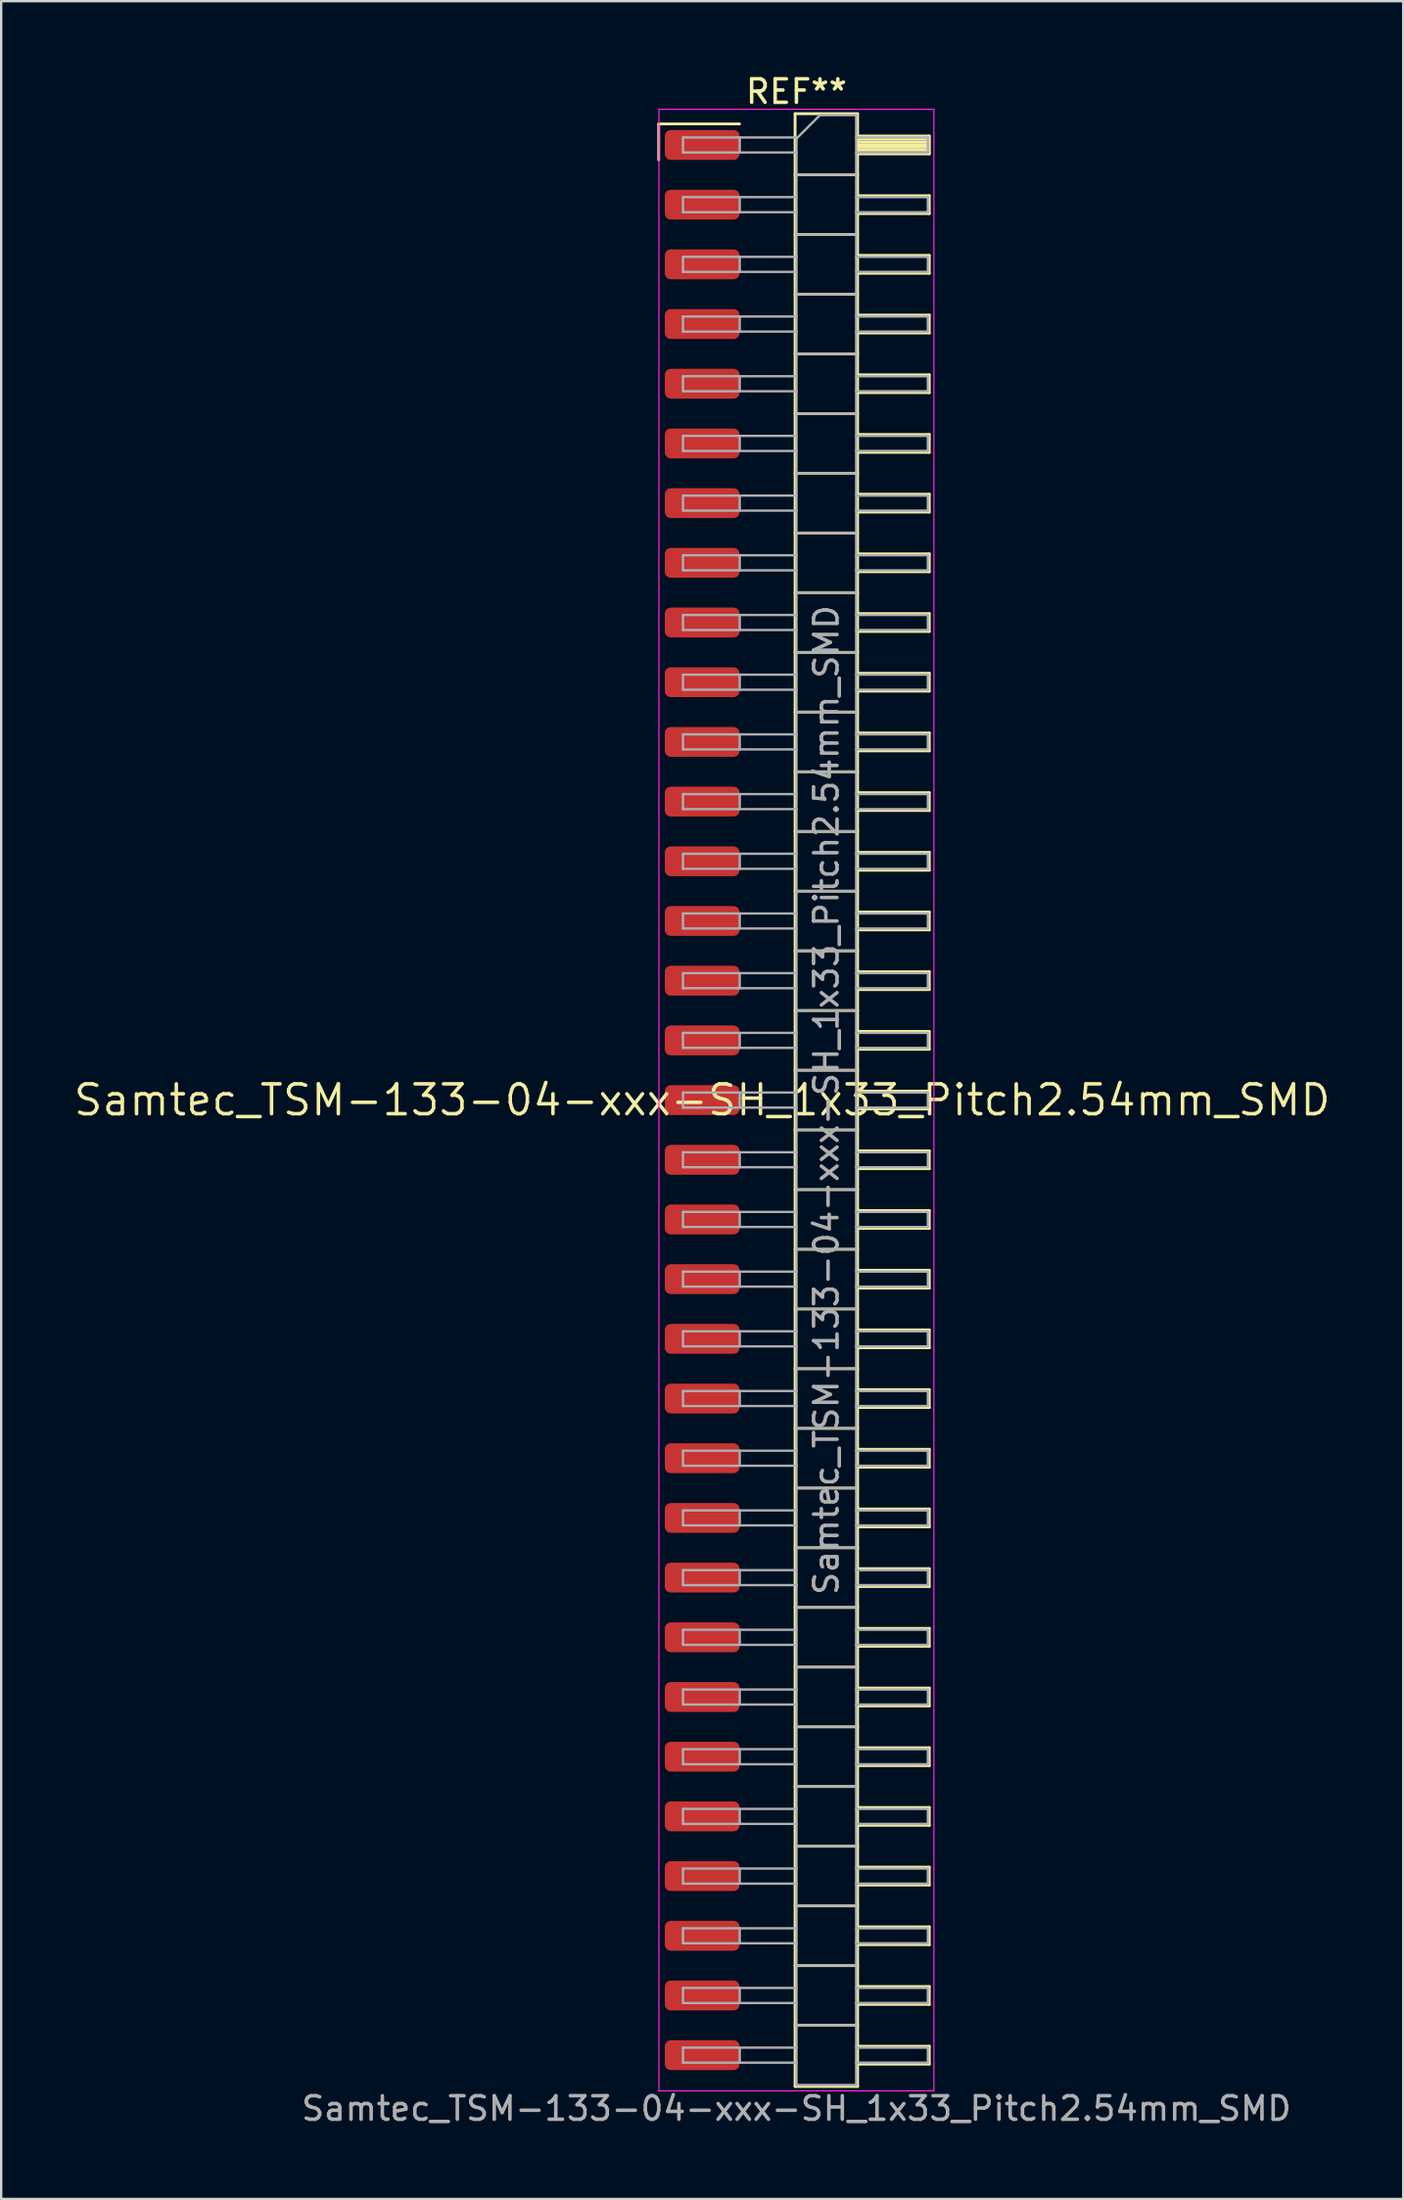
<source format=kicad_pcb>
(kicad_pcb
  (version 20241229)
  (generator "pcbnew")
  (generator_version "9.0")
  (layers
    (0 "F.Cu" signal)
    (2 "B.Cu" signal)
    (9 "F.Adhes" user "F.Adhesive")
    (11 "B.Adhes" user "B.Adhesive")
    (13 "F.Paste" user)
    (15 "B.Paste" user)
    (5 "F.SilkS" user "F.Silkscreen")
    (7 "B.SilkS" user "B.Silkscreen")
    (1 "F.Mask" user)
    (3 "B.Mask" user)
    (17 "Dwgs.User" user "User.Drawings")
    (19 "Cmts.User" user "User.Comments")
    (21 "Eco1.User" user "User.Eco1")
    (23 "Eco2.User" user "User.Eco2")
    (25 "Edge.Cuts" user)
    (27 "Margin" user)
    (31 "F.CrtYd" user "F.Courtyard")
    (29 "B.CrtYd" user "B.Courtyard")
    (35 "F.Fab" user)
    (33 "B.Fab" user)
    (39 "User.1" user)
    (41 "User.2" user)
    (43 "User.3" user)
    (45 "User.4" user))
  (footprint "Samtec_TSM-133-04-xxx-SH_1x33_Pitch2.54mm_SMD"
    (layer "F.Cu")
    (at 26.828 43.758)
    (property "Reference" "Samtec_TSM-133-04-xxx-SH_1x33_Pitch2.54mm_SMD" (at 0 0 0) (layer "F.SilkS") (effects (font (size 1.27 1.27) (thickness 0.15))))
    (attr smd)
    (fp_line (start -1.85 -41.535) (end 1.59 -41.535) (stroke (width 0.12) (type solid)) (layer "F.SilkS"))
    (fp_line (start -1.85 -40.005) (end -1.85 -41.535) (stroke (width 0.12) (type solid)) (layer "F.SilkS"))
    (fp_line (start 3.953 -41.97) (end 6.613 -41.97) (stroke (width 0.12) (type solid)) (layer "F.SilkS"))
    (fp_line (start 3.953 -39.37) (end 6.613 -39.37) (stroke (width 0.12) (type solid)) (layer "F.SilkS"))
    (fp_line (start 3.953 -36.83) (end 6.613 -36.83) (stroke (width 0.12) (type solid)) (layer "F.SilkS"))
    (fp_line (start 3.953 -34.29) (end 6.613 -34.29) (stroke (width 0.12) (type solid)) (layer "F.SilkS"))
    (fp_line (start 3.953 -31.75) (end 6.613 -31.75) (stroke (width 0.12) (type solid)) (layer "F.SilkS"))
    (fp_line (start 3.953 -29.21) (end 6.613 -29.21) (stroke (width 0.12) (type solid)) (layer "F.SilkS"))
    (fp_line (start 3.953 -26.67) (end 6.613 -26.67) (stroke (width 0.12) (type solid)) (layer "F.SilkS"))
    (fp_line (start 3.953 -24.13) (end 6.613 -24.13) (stroke (width 0.12) (type solid)) (layer "F.SilkS"))
    (fp_line (start 3.953 -21.59) (end 6.613 -21.59) (stroke (width 0.12) (type solid)) (layer "F.SilkS"))
    (fp_line (start 3.953 -19.05) (end 6.613 -19.05) (stroke (width 0.12) (type solid)) (layer "F.SilkS"))
    (fp_line (start 3.953 -16.51) (end 6.613 -16.51) (stroke (width 0.12) (type solid)) (layer "F.SilkS"))
    (fp_line (start 3.953 -13.97) (end 6.613 -13.97) (stroke (width 0.12) (type solid)) (layer "F.SilkS"))
    (fp_line (start 3.953 -11.43) (end 6.613 -11.43) (stroke (width 0.12) (type solid)) (layer "F.SilkS"))
    (fp_line (start 3.953 -8.89) (end 6.613 -8.89) (stroke (width 0.12) (type solid)) (layer "F.SilkS"))
    (fp_line (start 3.953 -6.35) (end 6.613 -6.35) (stroke (width 0.12) (type solid)) (layer "F.SilkS"))
    (fp_line (start 3.953 -3.81) (end 6.613 -3.81) (stroke (width 0.12) (type solid)) (layer "F.SilkS"))
    (fp_line (start 3.953 -1.27) (end 6.613 -1.27) (stroke (width 0.12) (type solid)) (layer "F.SilkS"))
    (fp_line (start 3.953 1.27) (end 6.613 1.27) (stroke (width 0.12) (type solid)) (layer "F.SilkS"))
    (fp_line (start 3.953 3.81) (end 6.613 3.81) (stroke (width 0.12) (type solid)) (layer "F.SilkS"))
    (fp_line (start 3.953 6.35) (end 6.613 6.35) (stroke (width 0.12) (type solid)) (layer "F.SilkS"))
    (fp_line (start 3.953 8.89) (end 6.613 8.89) (stroke (width 0.12) (type solid)) (layer "F.SilkS"))
    (fp_line (start 3.953 11.43) (end 6.613 11.43) (stroke (width 0.12) (type solid)) (layer "F.SilkS"))
    (fp_line (start 3.953 13.97) (end 6.613 13.97) (stroke (width 0.12) (type solid)) (layer "F.SilkS"))
    (fp_line (start 3.953 16.51) (end 6.613 16.51) (stroke (width 0.12) (type solid)) (layer "F.SilkS"))
    (fp_line (start 3.953 19.05) (end 6.613 19.05) (stroke (width 0.12) (type solid)) (layer "F.SilkS"))
    (fp_line (start 3.953 21.59) (end 6.613 21.59) (stroke (width 0.12) (type solid)) (layer "F.SilkS"))
    (fp_line (start 3.953 24.13) (end 6.613 24.13) (stroke (width 0.12) (type solid)) (layer "F.SilkS"))
    (fp_line (start 3.953 26.67) (end 6.613 26.67) (stroke (width 0.12) (type solid)) (layer "F.SilkS"))
    (fp_line (start 3.953 29.21) (end 6.613 29.21) (stroke (width 0.12) (type solid)) (layer "F.SilkS"))
    (fp_line (start 3.953 31.75) (end 6.613 31.75) (stroke (width 0.12) (type solid)) (layer "F.SilkS"))
    (fp_line (start 3.953 34.29) (end 6.613 34.29) (stroke (width 0.12) (type solid)) (layer "F.SilkS"))
    (fp_line (start 3.953 36.83) (end 6.613 36.83) (stroke (width 0.12) (type solid)) (layer "F.SilkS"))
    (fp_line (start 3.953 39.37) (end 6.613 39.37) (stroke (width 0.12) (type solid)) (layer "F.SilkS"))
    (fp_line (start 3.953 41.97) (end 3.953 -41.97) (stroke (width 0.12) (type solid)) (layer "F.SilkS"))
    (fp_line (start 6.613 -41.97) (end 6.613 41.97) (stroke (width 0.12) (type solid)) (layer "F.SilkS"))
    (fp_line (start 6.613 -41.02) (end 9.663 -41.02) (stroke (width 0.12) (type solid)) (layer "F.SilkS"))
    (fp_line (start 6.613 -40.9) (end 9.663 -40.9) (stroke (width 0.12) (type solid)) (layer "F.SilkS"))
    (fp_line (start 6.613 -40.78) (end 9.663 -40.78) (stroke (width 0.12) (type solid)) (layer "F.SilkS"))
    (fp_line (start 6.613 -40.66) (end 9.663 -40.66) (stroke (width 0.12) (type solid)) (layer "F.SilkS"))
    (fp_line (start 6.613 -40.54) (end 9.663 -40.54) (stroke (width 0.12) (type solid)) (layer "F.SilkS"))
    (fp_line (start 6.613 -40.42) (end 9.663 -40.42) (stroke (width 0.12) (type solid)) (layer "F.SilkS"))
    (fp_line (start 6.613 -40.3) (end 9.663 -40.3) (stroke (width 0.12) (type solid)) (layer "F.SilkS"))
    (fp_line (start 6.613 -40.26) (end 9.663 -40.26) (stroke (width 0.12) (type solid)) (layer "F.SilkS"))
    (fp_line (start 6.613 -38.48) (end 9.663 -38.48) (stroke (width 0.12) (type solid)) (layer "F.SilkS"))
    (fp_line (start 6.613 -37.72) (end 9.663 -37.72) (stroke (width 0.12) (type solid)) (layer "F.SilkS"))
    (fp_line (start 6.613 -35.94) (end 9.663 -35.94) (stroke (width 0.12) (type solid)) (layer "F.SilkS"))
    (fp_line (start 6.613 -35.18) (end 9.663 -35.18) (stroke (width 0.12) (type solid)) (layer "F.SilkS"))
    (fp_line (start 6.613 -33.4) (end 9.663 -33.4) (stroke (width 0.12) (type solid)) (layer "F.SilkS"))
    (fp_line (start 6.613 -32.64) (end 9.663 -32.64) (stroke (width 0.12) (type solid)) (layer "F.SilkS"))
    (fp_line (start 6.613 -30.86) (end 9.663 -30.86) (stroke (width 0.12) (type solid)) (layer "F.SilkS"))
    (fp_line (start 6.613 -30.1) (end 9.663 -30.1) (stroke (width 0.12) (type solid)) (layer "F.SilkS"))
    (fp_line (start 6.613 -28.32) (end 9.663 -28.32) (stroke (width 0.12) (type solid)) (layer "F.SilkS"))
    (fp_line (start 6.613 -27.56) (end 9.663 -27.56) (stroke (width 0.12) (type solid)) (layer "F.SilkS"))
    (fp_line (start 6.613 -25.78) (end 9.663 -25.78) (stroke (width 0.12) (type solid)) (layer "F.SilkS"))
    (fp_line (start 6.613 -25.02) (end 9.663 -25.02) (stroke (width 0.12) (type solid)) (layer "F.SilkS"))
    (fp_line (start 6.613 -23.24) (end 9.663 -23.24) (stroke (width 0.12) (type solid)) (layer "F.SilkS"))
    (fp_line (start 6.613 -22.48) (end 9.663 -22.48) (stroke (width 0.12) (type solid)) (layer "F.SilkS"))
    (fp_line (start 6.613 -20.7) (end 9.663 -20.7) (stroke (width 0.12) (type solid)) (layer "F.SilkS"))
    (fp_line (start 6.613 -19.94) (end 9.663 -19.94) (stroke (width 0.12) (type solid)) (layer "F.SilkS"))
    (fp_line (start 6.613 -18.16) (end 9.663 -18.16) (stroke (width 0.12) (type solid)) (layer "F.SilkS"))
    (fp_line (start 6.613 -17.4) (end 9.663 -17.4) (stroke (width 0.12) (type solid)) (layer "F.SilkS"))
    (fp_line (start 6.613 -15.62) (end 9.663 -15.62) (stroke (width 0.12) (type solid)) (layer "F.SilkS"))
    (fp_line (start 6.613 -14.86) (end 9.663 -14.86) (stroke (width 0.12) (type solid)) (layer "F.SilkS"))
    (fp_line (start 6.613 -13.08) (end 9.663 -13.08) (stroke (width 0.12) (type solid)) (layer "F.SilkS"))
    (fp_line (start 6.613 -12.32) (end 9.663 -12.32) (stroke (width 0.12) (type solid)) (layer "F.SilkS"))
    (fp_line (start 6.613 -10.54) (end 9.663 -10.54) (stroke (width 0.12) (type solid)) (layer "F.SilkS"))
    (fp_line (start 6.613 -9.78) (end 9.663 -9.78) (stroke (width 0.12) (type solid)) (layer "F.SilkS"))
    (fp_line (start 6.613 -8) (end 9.663 -8) (stroke (width 0.12) (type solid)) (layer "F.SilkS"))
    (fp_line (start 6.613 -7.24) (end 9.663 -7.24) (stroke (width 0.12) (type solid)) (layer "F.SilkS"))
    (fp_line (start 6.613 -5.46) (end 9.663 -5.46) (stroke (width 0.12) (type solid)) (layer "F.SilkS"))
    (fp_line (start 6.613 -4.7) (end 9.663 -4.7) (stroke (width 0.12) (type solid)) (layer "F.SilkS"))
    (fp_line (start 6.613 -2.92) (end 9.663 -2.92) (stroke (width 0.12) (type solid)) (layer "F.SilkS"))
    (fp_line (start 6.613 -2.16) (end 9.663 -2.16) (stroke (width 0.12) (type solid)) (layer "F.SilkS"))
    (fp_line (start 6.613 -0.38) (end 9.663 -0.38) (stroke (width 0.12) (type solid)) (layer "F.SilkS"))
    (fp_line (start 6.613 0.38) (end 9.663 0.38) (stroke (width 0.12) (type solid)) (layer "F.SilkS"))
    (fp_line (start 6.613 2.16) (end 9.663 2.16) (stroke (width 0.12) (type solid)) (layer "F.SilkS"))
    (fp_line (start 6.613 2.92) (end 9.663 2.92) (stroke (width 0.12) (type solid)) (layer "F.SilkS"))
    (fp_line (start 6.613 4.7) (end 9.663 4.7) (stroke (width 0.12) (type solid)) (layer "F.SilkS"))
    (fp_line (start 6.613 5.46) (end 9.663 5.46) (stroke (width 0.12) (type solid)) (layer "F.SilkS"))
    (fp_line (start 6.613 7.24) (end 9.663 7.24) (stroke (width 0.12) (type solid)) (layer "F.SilkS"))
    (fp_line (start 6.613 8) (end 9.663 8) (stroke (width 0.12) (type solid)) (layer "F.SilkS"))
    (fp_line (start 6.613 9.78) (end 9.663 9.78) (stroke (width 0.12) (type solid)) (layer "F.SilkS"))
    (fp_line (start 6.613 10.54) (end 9.663 10.54) (stroke (width 0.12) (type solid)) (layer "F.SilkS"))
    (fp_line (start 6.613 12.32) (end 9.663 12.32) (stroke (width 0.12) (type solid)) (layer "F.SilkS"))
    (fp_line (start 6.613 13.08) (end 9.663 13.08) (stroke (width 0.12) (type solid)) (layer "F.SilkS"))
    (fp_line (start 6.613 14.86) (end 9.663 14.86) (stroke (width 0.12) (type solid)) (layer "F.SilkS"))
    (fp_line (start 6.613 15.62) (end 9.663 15.62) (stroke (width 0.12) (type solid)) (layer "F.SilkS"))
    (fp_line (start 6.613 17.4) (end 9.663 17.4) (stroke (width 0.12) (type solid)) (layer "F.SilkS"))
    (fp_line (start 6.613 18.16) (end 9.663 18.16) (stroke (width 0.12) (type solid)) (layer "F.SilkS"))
    (fp_line (start 6.613 19.94) (end 9.663 19.94) (stroke (width 0.12) (type solid)) (layer "F.SilkS"))
    (fp_line (start 6.613 20.7) (end 9.663 20.7) (stroke (width 0.12) (type solid)) (layer "F.SilkS"))
    (fp_line (start 6.613 22.48) (end 9.663 22.48) (stroke (width 0.12) (type solid)) (layer "F.SilkS"))
    (fp_line (start 6.613 23.24) (end 9.663 23.24) (stroke (width 0.12) (type solid)) (layer "F.SilkS"))
    (fp_line (start 6.613 25.02) (end 9.663 25.02) (stroke (width 0.12) (type solid)) (layer "F.SilkS"))
    (fp_line (start 6.613 25.78) (end 9.663 25.78) (stroke (width 0.12) (type solid)) (layer "F.SilkS"))
    (fp_line (start 6.613 27.56) (end 9.663 27.56) (stroke (width 0.12) (type solid)) (layer "F.SilkS"))
    (fp_line (start 6.613 28.32) (end 9.663 28.32) (stroke (width 0.12) (type solid)) (layer "F.SilkS"))
    (fp_line (start 6.613 30.1) (end 9.663 30.1) (stroke (width 0.12) (type solid)) (layer "F.SilkS"))
    (fp_line (start 6.613 30.86) (end 9.663 30.86) (stroke (width 0.12) (type solid)) (layer "F.SilkS"))
    (fp_line (start 6.613 32.64) (end 9.663 32.64) (stroke (width 0.12) (type solid)) (layer "F.SilkS"))
    (fp_line (start 6.613 33.4) (end 9.663 33.4) (stroke (width 0.12) (type solid)) (layer "F.SilkS"))
    (fp_line (start 6.613 35.18) (end 9.663 35.18) (stroke (width 0.12) (type solid)) (layer "F.SilkS"))
    (fp_line (start 6.613 35.94) (end 9.663 35.94) (stroke (width 0.12) (type solid)) (layer "F.SilkS"))
    (fp_line (start 6.613 37.72) (end 9.663 37.72) (stroke (width 0.12) (type solid)) (layer "F.SilkS"))
    (fp_line (start 6.613 38.48) (end 9.663 38.48) (stroke (width 0.12) (type solid)) (layer "F.SilkS"))
    (fp_line (start 6.613 40.26) (end 9.663 40.26) (stroke (width 0.12) (type solid)) (layer "F.SilkS"))
    (fp_line (start 6.613 41.02) (end 9.663 41.02) (stroke (width 0.12) (type solid)) (layer "F.SilkS"))
    (fp_line (start 6.613 41.97) (end 3.953 41.97) (stroke (width 0.12) (type solid)) (layer "F.SilkS"))
    (fp_line (start 9.663 -41.02) (end 9.663 -40.26) (stroke (width 0.12) (type solid)) (layer "F.SilkS"))
    (fp_line (start 9.663 -38.48) (end 9.663 -37.72) (stroke (width 0.12) (type solid)) (layer "F.SilkS"))
    (fp_line (start 9.663 -35.94) (end 9.663 -35.18) (stroke (width 0.12) (type solid)) (layer "F.SilkS"))
    (fp_line (start 9.663 -33.4) (end 9.663 -32.64) (stroke (width 0.12) (type solid)) (layer "F.SilkS"))
    (fp_line (start 9.663 -30.86) (end 9.663 -30.1) (stroke (width 0.12) (type solid)) (layer "F.SilkS"))
    (fp_line (start 9.663 -28.32) (end 9.663 -27.56) (stroke (width 0.12) (type solid)) (layer "F.SilkS"))
    (fp_line (start 9.663 -25.78) (end 9.663 -25.02) (stroke (width 0.12) (type solid)) (layer "F.SilkS"))
    (fp_line (start 9.663 -23.24) (end 9.663 -22.48) (stroke (width 0.12) (type solid)) (layer "F.SilkS"))
    (fp_line (start 9.663 -20.7) (end 9.663 -19.94) (stroke (width 0.12) (type solid)) (layer "F.SilkS"))
    (fp_line (start 9.663 -18.16) (end 9.663 -17.4) (stroke (width 0.12) (type solid)) (layer "F.SilkS"))
    (fp_line (start 9.663 -15.62) (end 9.663 -14.86) (stroke (width 0.12) (type solid)) (layer "F.SilkS"))
    (fp_line (start 9.663 -13.08) (end 9.663 -12.32) (stroke (width 0.12) (type solid)) (layer "F.SilkS"))
    (fp_line (start 9.663 -10.54) (end 9.663 -9.78) (stroke (width 0.12) (type solid)) (layer "F.SilkS"))
    (fp_line (start 9.663 -8) (end 9.663 -7.24) (stroke (width 0.12) (type solid)) (layer "F.SilkS"))
    (fp_line (start 9.663 -5.46) (end 9.663 -4.7) (stroke (width 0.12) (type solid)) (layer "F.SilkS"))
    (fp_line (start 9.663 -2.92) (end 9.663 -2.16) (stroke (width 0.12) (type solid)) (layer "F.SilkS"))
    (fp_line (start 9.663 -0.38) (end 9.663 0.38) (stroke (width 0.12) (type solid)) (layer "F.SilkS"))
    (fp_line (start 9.663 2.16) (end 9.663 2.92) (stroke (width 0.12) (type solid)) (layer "F.SilkS"))
    (fp_line (start 9.663 4.7) (end 9.663 5.46) (stroke (width 0.12) (type solid)) (layer "F.SilkS"))
    (fp_line (start 9.663 7.24) (end 9.663 8) (stroke (width 0.12) (type solid)) (layer "F.SilkS"))
    (fp_line (start 9.663 9.78) (end 9.663 10.54) (stroke (width 0.12) (type solid)) (layer "F.SilkS"))
    (fp_line (start 9.663 12.32) (end 9.663 13.08) (stroke (width 0.12) (type solid)) (layer "F.SilkS"))
    (fp_line (start 9.663 14.86) (end 9.663 15.62) (stroke (width 0.12) (type solid)) (layer "F.SilkS"))
    (fp_line (start 9.663 17.4) (end 9.663 18.16) (stroke (width 0.12) (type solid)) (layer "F.SilkS"))
    (fp_line (start 9.663 19.94) (end 9.663 20.7) (stroke (width 0.12) (type solid)) (layer "F.SilkS"))
    (fp_line (start 9.663 22.48) (end 9.663 23.24) (stroke (width 0.12) (type solid)) (layer "F.SilkS"))
    (fp_line (start 9.663 25.02) (end 9.663 25.78) (stroke (width 0.12) (type solid)) (layer "F.SilkS"))
    (fp_line (start 9.663 27.56) (end 9.663 28.32) (stroke (width 0.12) (type solid)) (layer "F.SilkS"))
    (fp_line (start 9.663 30.1) (end 9.663 30.86) (stroke (width 0.12) (type solid)) (layer "F.SilkS"))
    (fp_line (start 9.663 32.64) (end 9.663 33.4) (stroke (width 0.12) (type solid)) (layer "F.SilkS"))
    (fp_line (start 9.663 35.18) (end 9.663 35.94) (stroke (width 0.12) (type solid)) (layer "F.SilkS"))
    (fp_line (start 9.663 37.72) (end 9.663 38.48) (stroke (width 0.12) (type solid)) (layer "F.SilkS"))
    (fp_line (start 9.663 40.26) (end 9.663 41.02) (stroke (width 0.12) (type solid)) (layer "F.SilkS"))
    (fp_line (start -1.84 -42.16) (end 9.86 -42.16) (stroke (width 0.05) (type solid)) (layer "F.CrtYd"))
    (fp_line (start -1.84 42.16) (end -1.84 -42.16) (stroke (width 0.05) (type solid)) (layer "F.CrtYd"))
    (fp_line (start 9.86 -42.16) (end 9.86 42.16) (stroke (width 0.05) (type solid)) (layer "F.CrtYd"))
    (fp_line (start 9.86 42.16) (end -1.84 42.16) (stroke (width 0.05) (type solid)) (layer "F.CrtYd"))
    (fp_line (start -0.817 -40.96) (end -0.817 -40.32) (stroke (width 0.1) (type solid)) (layer "F.Fab"))
    (fp_line (start -0.817 -40.96) (end 4.013 -40.96) (stroke (width 0.1) (type solid)) (layer "F.Fab"))
    (fp_line (start -0.817 -40.32) (end 4.013 -40.32) (stroke (width 0.1) (type solid)) (layer "F.Fab"))
    (fp_line (start -0.817 -38.42) (end -0.817 -37.78) (stroke (width 0.1) (type solid)) (layer "F.Fab"))
    (fp_line (start -0.817 -38.42) (end 4.013 -38.42) (stroke (width 0.1) (type solid)) (layer "F.Fab"))
    (fp_line (start -0.817 -37.78) (end 4.013 -37.78) (stroke (width 0.1) (type solid)) (layer "F.Fab"))
    (fp_line (start -0.817 -35.88) (end -0.817 -35.24) (stroke (width 0.1) (type solid)) (layer "F.Fab"))
    (fp_line (start -0.817 -35.88) (end 4.013 -35.88) (stroke (width 0.1) (type solid)) (layer "F.Fab"))
    (fp_line (start -0.817 -35.24) (end 4.013 -35.24) (stroke (width 0.1) (type solid)) (layer "F.Fab"))
    (fp_line (start -0.817 -33.34) (end -0.817 -32.7) (stroke (width 0.1) (type solid)) (layer "F.Fab"))
    (fp_line (start -0.817 -33.34) (end 4.013 -33.34) (stroke (width 0.1) (type solid)) (layer "F.Fab"))
    (fp_line (start -0.817 -32.7) (end 4.013 -32.7) (stroke (width 0.1) (type solid)) (layer "F.Fab"))
    (fp_line (start -0.817 -30.8) (end -0.817 -30.16) (stroke (width 0.1) (type solid)) (layer "F.Fab"))
    (fp_line (start -0.817 -30.8) (end 4.013 -30.8) (stroke (width 0.1) (type solid)) (layer "F.Fab"))
    (fp_line (start -0.817 -30.16) (end 4.013 -30.16) (stroke (width 0.1) (type solid)) (layer "F.Fab"))
    (fp_line (start -0.817 -28.26) (end -0.817 -27.62) (stroke (width 0.1) (type solid)) (layer "F.Fab"))
    (fp_line (start -0.817 -28.26) (end 4.013 -28.26) (stroke (width 0.1) (type solid)) (layer "F.Fab"))
    (fp_line (start -0.817 -27.62) (end 4.013 -27.62) (stroke (width 0.1) (type solid)) (layer "F.Fab"))
    (fp_line (start -0.817 -25.72) (end -0.817 -25.08) (stroke (width 0.1) (type solid)) (layer "F.Fab"))
    (fp_line (start -0.817 -25.72) (end 4.013 -25.72) (stroke (width 0.1) (type solid)) (layer "F.Fab"))
    (fp_line (start -0.817 -25.08) (end 4.013 -25.08) (stroke (width 0.1) (type solid)) (layer "F.Fab"))
    (fp_line (start -0.817 -23.18) (end -0.817 -22.54) (stroke (width 0.1) (type solid)) (layer "F.Fab"))
    (fp_line (start -0.817 -23.18) (end 4.013 -23.18) (stroke (width 0.1) (type solid)) (layer "F.Fab"))
    (fp_line (start -0.817 -22.54) (end 4.013 -22.54) (stroke (width 0.1) (type solid)) (layer "F.Fab"))
    (fp_line (start -0.817 -20.64) (end -0.817 -20) (stroke (width 0.1) (type solid)) (layer "F.Fab"))
    (fp_line (start -0.817 -20.64) (end 4.013 -20.64) (stroke (width 0.1) (type solid)) (layer "F.Fab"))
    (fp_line (start -0.817 -20) (end 4.013 -20) (stroke (width 0.1) (type solid)) (layer "F.Fab"))
    (fp_line (start -0.817 -18.1) (end -0.817 -17.46) (stroke (width 0.1) (type solid)) (layer "F.Fab"))
    (fp_line (start -0.817 -18.1) (end 4.013 -18.1) (stroke (width 0.1) (type solid)) (layer "F.Fab"))
    (fp_line (start -0.817 -17.46) (end 4.013 -17.46) (stroke (width 0.1) (type solid)) (layer "F.Fab"))
    (fp_line (start -0.817 -15.56) (end -0.817 -14.92) (stroke (width 0.1) (type solid)) (layer "F.Fab"))
    (fp_line (start -0.817 -15.56) (end 4.013 -15.56) (stroke (width 0.1) (type solid)) (layer "F.Fab"))
    (fp_line (start -0.817 -14.92) (end 4.013 -14.92) (stroke (width 0.1) (type solid)) (layer "F.Fab"))
    (fp_line (start -0.817 -13.02) (end -0.817 -12.38) (stroke (width 0.1) (type solid)) (layer "F.Fab"))
    (fp_line (start -0.817 -13.02) (end 4.013 -13.02) (stroke (width 0.1) (type solid)) (layer "F.Fab"))
    (fp_line (start -0.817 -12.38) (end 4.013 -12.38) (stroke (width 0.1) (type solid)) (layer "F.Fab"))
    (fp_line (start -0.817 -10.48) (end -0.817 -9.84) (stroke (width 0.1) (type solid)) (layer "F.Fab"))
    (fp_line (start -0.817 -10.48) (end 4.013 -10.48) (stroke (width 0.1) (type solid)) (layer "F.Fab"))
    (fp_line (start -0.817 -9.84) (end 4.013 -9.84) (stroke (width 0.1) (type solid)) (layer "F.Fab"))
    (fp_line (start -0.817 -7.94) (end -0.817 -7.3) (stroke (width 0.1) (type solid)) (layer "F.Fab"))
    (fp_line (start -0.817 -7.94) (end 4.013 -7.94) (stroke (width 0.1) (type solid)) (layer "F.Fab"))
    (fp_line (start -0.817 -7.3) (end 4.013 -7.3) (stroke (width 0.1) (type solid)) (layer "F.Fab"))
    (fp_line (start -0.817 -5.4) (end -0.817 -4.76) (stroke (width 0.1) (type solid)) (layer "F.Fab"))
    (fp_line (start -0.817 -5.4) (end 4.013 -5.4) (stroke (width 0.1) (type solid)) (layer "F.Fab"))
    (fp_line (start -0.817 -4.76) (end 4.013 -4.76) (stroke (width 0.1) (type solid)) (layer "F.Fab"))
    (fp_line (start -0.817 -2.86) (end -0.817 -2.22) (stroke (width 0.1) (type solid)) (layer "F.Fab"))
    (fp_line (start -0.817 -2.86) (end 4.013 -2.86) (stroke (width 0.1) (type solid)) (layer "F.Fab"))
    (fp_line (start -0.817 -2.22) (end 4.013 -2.22) (stroke (width 0.1) (type solid)) (layer "F.Fab"))
    (fp_line (start -0.817 -0.32) (end -0.817 0.32) (stroke (width 0.1) (type solid)) (layer "F.Fab"))
    (fp_line (start -0.817 -0.32) (end 4.013 -0.32) (stroke (width 0.1) (type solid)) (layer "F.Fab"))
    (fp_line (start -0.817 0.32) (end 4.013 0.32) (stroke (width 0.1) (type solid)) (layer "F.Fab"))
    (fp_line (start -0.817 2.22) (end -0.817 2.86) (stroke (width 0.1) (type solid)) (layer "F.Fab"))
    (fp_line (start -0.817 2.22) (end 4.013 2.22) (stroke (width 0.1) (type solid)) (layer "F.Fab"))
    (fp_line (start -0.817 2.86) (end 4.013 2.86) (stroke (width 0.1) (type solid)) (layer "F.Fab"))
    (fp_line (start -0.817 4.76) (end -0.817 5.4) (stroke (width 0.1) (type solid)) (layer "F.Fab"))
    (fp_line (start -0.817 4.76) (end 4.013 4.76) (stroke (width 0.1) (type solid)) (layer "F.Fab"))
    (fp_line (start -0.817 5.4) (end 4.013 5.4) (stroke (width 0.1) (type solid)) (layer "F.Fab"))
    (fp_line (start -0.817 7.3) (end -0.817 7.94) (stroke (width 0.1) (type solid)) (layer "F.Fab"))
    (fp_line (start -0.817 7.3) (end 4.013 7.3) (stroke (width 0.1) (type solid)) (layer "F.Fab"))
    (fp_line (start -0.817 7.94) (end 4.013 7.94) (stroke (width 0.1) (type solid)) (layer "F.Fab"))
    (fp_line (start -0.817 9.84) (end -0.817 10.48) (stroke (width 0.1) (type solid)) (layer "F.Fab"))
    (fp_line (start -0.817 9.84) (end 4.013 9.84) (stroke (width 0.1) (type solid)) (layer "F.Fab"))
    (fp_line (start -0.817 10.48) (end 4.013 10.48) (stroke (width 0.1) (type solid)) (layer "F.Fab"))
    (fp_line (start -0.817 12.38) (end -0.817 13.02) (stroke (width 0.1) (type solid)) (layer "F.Fab"))
    (fp_line (start -0.817 12.38) (end 4.013 12.38) (stroke (width 0.1) (type solid)) (layer "F.Fab"))
    (fp_line (start -0.817 13.02) (end 4.013 13.02) (stroke (width 0.1) (type solid)) (layer "F.Fab"))
    (fp_line (start -0.817 14.92) (end -0.817 15.56) (stroke (width 0.1) (type solid)) (layer "F.Fab"))
    (fp_line (start -0.817 14.92) (end 4.013 14.92) (stroke (width 0.1) (type solid)) (layer "F.Fab"))
    (fp_line (start -0.817 15.56) (end 4.013 15.56) (stroke (width 0.1) (type solid)) (layer "F.Fab"))
    (fp_line (start -0.817 17.46) (end -0.817 18.1) (stroke (width 0.1) (type solid)) (layer "F.Fab"))
    (fp_line (start -0.817 17.46) (end 4.013 17.46) (stroke (width 0.1) (type solid)) (layer "F.Fab"))
    (fp_line (start -0.817 18.1) (end 4.013 18.1) (stroke (width 0.1) (type solid)) (layer "F.Fab"))
    (fp_line (start -0.817 20) (end -0.817 20.64) (stroke (width 0.1) (type solid)) (layer "F.Fab"))
    (fp_line (start -0.817 20) (end 4.013 20) (stroke (width 0.1) (type solid)) (layer "F.Fab"))
    (fp_line (start -0.817 20.64) (end 4.013 20.64) (stroke (width 0.1) (type solid)) (layer "F.Fab"))
    (fp_line (start -0.817 22.54) (end -0.817 23.18) (stroke (width 0.1) (type solid)) (layer "F.Fab"))
    (fp_line (start -0.817 22.54) (end 4.013 22.54) (stroke (width 0.1) (type solid)) (layer "F.Fab"))
    (fp_line (start -0.817 23.18) (end 4.013 23.18) (stroke (width 0.1) (type solid)) (layer "F.Fab"))
    (fp_line (start -0.817 25.08) (end -0.817 25.72) (stroke (width 0.1) (type solid)) (layer "F.Fab"))
    (fp_line (start -0.817 25.08) (end 4.013 25.08) (stroke (width 0.1) (type solid)) (layer "F.Fab"))
    (fp_line (start -0.817 25.72) (end 4.013 25.72) (stroke (width 0.1) (type solid)) (layer "F.Fab"))
    (fp_line (start -0.817 27.62) (end -0.817 28.26) (stroke (width 0.1) (type solid)) (layer "F.Fab"))
    (fp_line (start -0.817 27.62) (end 4.013 27.62) (stroke (width 0.1) (type solid)) (layer "F.Fab"))
    (fp_line (start -0.817 28.26) (end 4.013 28.26) (stroke (width 0.1) (type solid)) (layer "F.Fab"))
    (fp_line (start -0.817 30.16) (end -0.817 30.8) (stroke (width 0.1) (type solid)) (layer "F.Fab"))
    (fp_line (start -0.817 30.16) (end 4.013 30.16) (stroke (width 0.1) (type solid)) (layer "F.Fab"))
    (fp_line (start -0.817 30.8) (end 4.013 30.8) (stroke (width 0.1) (type solid)) (layer "F.Fab"))
    (fp_line (start -0.817 32.7) (end -0.817 33.34) (stroke (width 0.1) (type solid)) (layer "F.Fab"))
    (fp_line (start -0.817 32.7) (end 4.013 32.7) (stroke (width 0.1) (type solid)) (layer "F.Fab"))
    (fp_line (start -0.817 33.34) (end 4.013 33.34) (stroke (width 0.1) (type solid)) (layer "F.Fab"))
    (fp_line (start -0.817 35.24) (end -0.817 35.88) (stroke (width 0.1) (type solid)) (layer "F.Fab"))
    (fp_line (start -0.817 35.24) (end 4.013 35.24) (stroke (width 0.1) (type solid)) (layer "F.Fab"))
    (fp_line (start -0.817 35.88) (end 4.013 35.88) (stroke (width 0.1) (type solid)) (layer "F.Fab"))
    (fp_line (start -0.817 37.78) (end -0.817 38.42) (stroke (width 0.1) (type solid)) (layer "F.Fab"))
    (fp_line (start -0.817 37.78) (end 4.013 37.78) (stroke (width 0.1) (type solid)) (layer "F.Fab"))
    (fp_line (start -0.817 38.42) (end 4.013 38.42) (stroke (width 0.1) (type solid)) (layer "F.Fab"))
    (fp_line (start -0.817 40.32) (end -0.817 40.96) (stroke (width 0.1) (type solid)) (layer "F.Fab"))
    (fp_line (start -0.817 40.32) (end 4.013 40.32) (stroke (width 0.1) (type solid)) (layer "F.Fab"))
    (fp_line (start -0.817 40.96) (end 4.013 40.96) (stroke (width 0.1) (type solid)) (layer "F.Fab"))
    (fp_line (start 1.598 -40.96) (end 1.598 -40.32) (stroke (width 0.1) (type solid)) (layer "F.Fab"))
    (fp_line (start 1.598 -38.42) (end 1.598 -37.78) (stroke (width 0.1) (type solid)) (layer "F.Fab"))
    (fp_line (start 1.598 -35.88) (end 1.598 -35.24) (stroke (width 0.1) (type solid)) (layer "F.Fab"))
    (fp_line (start 1.598 -33.34) (end 1.598 -32.7) (stroke (width 0.1) (type solid)) (layer "F.Fab"))
    (fp_line (start 1.598 -30.8) (end 1.598 -30.16) (stroke (width 0.1) (type solid)) (layer "F.Fab"))
    (fp_line (start 1.598 -28.26) (end 1.598 -27.62) (stroke (width 0.1) (type solid)) (layer "F.Fab"))
    (fp_line (start 1.598 -25.72) (end 1.598 -25.08) (stroke (width 0.1) (type solid)) (layer "F.Fab"))
    (fp_line (start 1.598 -23.18) (end 1.598 -22.54) (stroke (width 0.1) (type solid)) (layer "F.Fab"))
    (fp_line (start 1.598 -20.64) (end 1.598 -20) (stroke (width 0.1) (type solid)) (layer "F.Fab"))
    (fp_line (start 1.598 -18.1) (end 1.598 -17.46) (stroke (width 0.1) (type solid)) (layer "F.Fab"))
    (fp_line (start 1.598 -15.56) (end 1.598 -14.92) (stroke (width 0.1) (type solid)) (layer "F.Fab"))
    (fp_line (start 1.598 -13.02) (end 1.598 -12.38) (stroke (width 0.1) (type solid)) (layer "F.Fab"))
    (fp_line (start 1.598 -10.48) (end 1.598 -9.84) (stroke (width 0.1) (type solid)) (layer "F.Fab"))
    (fp_line (start 1.598 -7.94) (end 1.598 -7.3) (stroke (width 0.1) (type solid)) (layer "F.Fab"))
    (fp_line (start 1.598 -5.4) (end 1.598 -4.76) (stroke (width 0.1) (type solid)) (layer "F.Fab"))
    (fp_line (start 1.598 -2.86) (end 1.598 -2.22) (stroke (width 0.1) (type solid)) (layer "F.Fab"))
    (fp_line (start 1.598 -0.32) (end 1.598 0.32) (stroke (width 0.1) (type solid)) (layer "F.Fab"))
    (fp_line (start 1.598 2.22) (end 1.598 2.86) (stroke (width 0.1) (type solid)) (layer "F.Fab"))
    (fp_line (start 1.598 4.76) (end 1.598 5.4) (stroke (width 0.1) (type solid)) (layer "F.Fab"))
    (fp_line (start 1.598 7.3) (end 1.598 7.94) (stroke (width 0.1) (type solid)) (layer "F.Fab"))
    (fp_line (start 1.598 9.84) (end 1.598 10.48) (stroke (width 0.1) (type solid)) (layer "F.Fab"))
    (fp_line (start 1.598 12.38) (end 1.598 13.02) (stroke (width 0.1) (type solid)) (layer "F.Fab"))
    (fp_line (start 1.598 14.92) (end 1.598 15.56) (stroke (width 0.1) (type solid)) (layer "F.Fab"))
    (fp_line (start 1.598 17.46) (end 1.598 18.1) (stroke (width 0.1) (type solid)) (layer "F.Fab"))
    (fp_line (start 1.598 20) (end 1.598 20.64) (stroke (width 0.1) (type solid)) (layer "F.Fab"))
    (fp_line (start 1.598 22.54) (end 1.598 23.18) (stroke (width 0.1) (type solid)) (layer "F.Fab"))
    (fp_line (start 1.598 25.08) (end 1.598 25.72) (stroke (width 0.1) (type solid)) (layer "F.Fab"))
    (fp_line (start 1.598 27.62) (end 1.598 28.26) (stroke (width 0.1) (type solid)) (layer "F.Fab"))
    (fp_line (start 1.598 30.16) (end 1.598 30.8) (stroke (width 0.1) (type solid)) (layer "F.Fab"))
    (fp_line (start 1.598 32.7) (end 1.598 33.34) (stroke (width 0.1) (type solid)) (layer "F.Fab"))
    (fp_line (start 1.598 35.24) (end 1.598 35.88) (stroke (width 0.1) (type solid)) (layer "F.Fab"))
    (fp_line (start 1.598 37.78) (end 1.598 38.42) (stroke (width 0.1) (type solid)) (layer "F.Fab"))
    (fp_line (start 1.598 40.32) (end 1.598 40.96) (stroke (width 0.1) (type solid)) (layer "F.Fab"))
    (fp_line (start 4.013 -40.91) (end 5.013 -41.91) (stroke (width 0.1) (type solid)) (layer "F.Fab"))
    (fp_line (start 4.013 -39.37) (end 6.553 -39.37) (stroke (width 0.1) (type solid)) (layer "F.Fab"))
    (fp_line (start 4.013 -36.83) (end 6.553 -36.83) (stroke (width 0.1) (type solid)) (layer "F.Fab"))
    (fp_line (start 4.013 -34.29) (end 6.553 -34.29) (stroke (width 0.1) (type solid)) (layer "F.Fab"))
    (fp_line (start 4.013 -31.75) (end 6.553 -31.75) (stroke (width 0.1) (type solid)) (layer "F.Fab"))
    (fp_line (start 4.013 -29.21) (end 6.553 -29.21) (stroke (width 0.1) (type solid)) (layer "F.Fab"))
    (fp_line (start 4.013 -26.67) (end 6.553 -26.67) (stroke (width 0.1) (type solid)) (layer "F.Fab"))
    (fp_line (start 4.013 -24.13) (end 6.553 -24.13) (stroke (width 0.1) (type solid)) (layer "F.Fab"))
    (fp_line (start 4.013 -21.59) (end 6.553 -21.59) (stroke (width 0.1) (type solid)) (layer "F.Fab"))
    (fp_line (start 4.013 -19.05) (end 6.553 -19.05) (stroke (width 0.1) (type solid)) (layer "F.Fab"))
    (fp_line (start 4.013 -16.51) (end 6.553 -16.51) (stroke (width 0.1) (type solid)) (layer "F.Fab"))
    (fp_line (start 4.013 -13.97) (end 6.553 -13.97) (stroke (width 0.1) (type solid)) (layer "F.Fab"))
    (fp_line (start 4.013 -11.43) (end 6.553 -11.43) (stroke (width 0.1) (type solid)) (layer "F.Fab"))
    (fp_line (start 4.013 -8.89) (end 6.553 -8.89) (stroke (width 0.1) (type solid)) (layer "F.Fab"))
    (fp_line (start 4.013 -6.35) (end 6.553 -6.35) (stroke (width 0.1) (type solid)) (layer "F.Fab"))
    (fp_line (start 4.013 -3.81) (end 6.553 -3.81) (stroke (width 0.1) (type solid)) (layer "F.Fab"))
    (fp_line (start 4.013 -1.27) (end 6.553 -1.27) (stroke (width 0.1) (type solid)) (layer "F.Fab"))
    (fp_line (start 4.013 1.27) (end 6.553 1.27) (stroke (width 0.1) (type solid)) (layer "F.Fab"))
    (fp_line (start 4.013 3.81) (end 6.553 3.81) (stroke (width 0.1) (type solid)) (layer "F.Fab"))
    (fp_line (start 4.013 6.35) (end 6.553 6.35) (stroke (width 0.1) (type solid)) (layer "F.Fab"))
    (fp_line (start 4.013 8.89) (end 6.553 8.89) (stroke (width 0.1) (type solid)) (layer "F.Fab"))
    (fp_line (start 4.013 11.43) (end 6.553 11.43) (stroke (width 0.1) (type solid)) (layer "F.Fab"))
    (fp_line (start 4.013 13.97) (end 6.553 13.97) (stroke (width 0.1) (type solid)) (layer "F.Fab"))
    (fp_line (start 4.013 16.51) (end 6.553 16.51) (stroke (width 0.1) (type solid)) (layer "F.Fab"))
    (fp_line (start 4.013 19.05) (end 6.553 19.05) (stroke (width 0.1) (type solid)) (layer "F.Fab"))
    (fp_line (start 4.013 21.59) (end 6.553 21.59) (stroke (width 0.1) (type solid)) (layer "F.Fab"))
    (fp_line (start 4.013 24.13) (end 6.553 24.13) (stroke (width 0.1) (type solid)) (layer "F.Fab"))
    (fp_line (start 4.013 26.67) (end 6.553 26.67) (stroke (width 0.1) (type solid)) (layer "F.Fab"))
    (fp_line (start 4.013 29.21) (end 6.553 29.21) (stroke (width 0.1) (type solid)) (layer "F.Fab"))
    (fp_line (start 4.013 31.75) (end 6.553 31.75) (stroke (width 0.1) (type solid)) (layer "F.Fab"))
    (fp_line (start 4.013 34.29) (end 6.553 34.29) (stroke (width 0.1) (type solid)) (layer "F.Fab"))
    (fp_line (start 4.013 36.83) (end 6.553 36.83) (stroke (width 0.1) (type solid)) (layer "F.Fab"))
    (fp_line (start 4.013 39.37) (end 6.553 39.37) (stroke (width 0.1) (type solid)) (layer "F.Fab"))
    (fp_line (start 4.013 41.91) (end 4.013 -40.91) (stroke (width 0.1) (type solid)) (layer "F.Fab"))
    (fp_line (start 5.013 -41.91) (end 6.553 -41.91) (stroke (width 0.1) (type solid)) (layer "F.Fab"))
    (fp_line (start 6.553 -41.91) (end 6.553 41.91) (stroke (width 0.1) (type solid)) (layer "F.Fab"))
    (fp_line (start 6.553 -40.96) (end 9.603 -40.96) (stroke (width 0.1) (type solid)) (layer "F.Fab"))
    (fp_line (start 6.553 -40.32) (end 9.603 -40.32) (stroke (width 0.1) (type solid)) (layer "F.Fab"))
    (fp_line (start 6.553 -38.42) (end 9.603 -38.42) (stroke (width 0.1) (type solid)) (layer "F.Fab"))
    (fp_line (start 6.553 -37.78) (end 9.603 -37.78) (stroke (width 0.1) (type solid)) (layer "F.Fab"))
    (fp_line (start 6.553 -35.88) (end 9.603 -35.88) (stroke (width 0.1) (type solid)) (layer "F.Fab"))
    (fp_line (start 6.553 -35.24) (end 9.603 -35.24) (stroke (width 0.1) (type solid)) (layer "F.Fab"))
    (fp_line (start 6.553 -33.34) (end 9.603 -33.34) (stroke (width 0.1) (type solid)) (layer "F.Fab"))
    (fp_line (start 6.553 -32.7) (end 9.603 -32.7) (stroke (width 0.1) (type solid)) (layer "F.Fab"))
    (fp_line (start 6.553 -30.8) (end 9.603 -30.8) (stroke (width 0.1) (type solid)) (layer "F.Fab"))
    (fp_line (start 6.553 -30.16) (end 9.603 -30.16) (stroke (width 0.1) (type solid)) (layer "F.Fab"))
    (fp_line (start 6.553 -28.26) (end 9.603 -28.26) (stroke (width 0.1) (type solid)) (layer "F.Fab"))
    (fp_line (start 6.553 -27.62) (end 9.603 -27.62) (stroke (width 0.1) (type solid)) (layer "F.Fab"))
    (fp_line (start 6.553 -25.72) (end 9.603 -25.72) (stroke (width 0.1) (type solid)) (layer "F.Fab"))
    (fp_line (start 6.553 -25.08) (end 9.603 -25.08) (stroke (width 0.1) (type solid)) (layer "F.Fab"))
    (fp_line (start 6.553 -23.18) (end 9.603 -23.18) (stroke (width 0.1) (type solid)) (layer "F.Fab"))
    (fp_line (start 6.553 -22.54) (end 9.603 -22.54) (stroke (width 0.1) (type solid)) (layer "F.Fab"))
    (fp_line (start 6.553 -20.64) (end 9.603 -20.64) (stroke (width 0.1) (type solid)) (layer "F.Fab"))
    (fp_line (start 6.553 -20) (end 9.603 -20) (stroke (width 0.1) (type solid)) (layer "F.Fab"))
    (fp_line (start 6.553 -18.1) (end 9.603 -18.1) (stroke (width 0.1) (type solid)) (layer "F.Fab"))
    (fp_line (start 6.553 -17.46) (end 9.603 -17.46) (stroke (width 0.1) (type solid)) (layer "F.Fab"))
    (fp_line (start 6.553 -15.56) (end 9.603 -15.56) (stroke (width 0.1) (type solid)) (layer "F.Fab"))
    (fp_line (start 6.553 -14.92) (end 9.603 -14.92) (stroke (width 0.1) (type solid)) (layer "F.Fab"))
    (fp_line (start 6.553 -13.02) (end 9.603 -13.02) (stroke (width 0.1) (type solid)) (layer "F.Fab"))
    (fp_line (start 6.553 -12.38) (end 9.603 -12.38) (stroke (width 0.1) (type solid)) (layer "F.Fab"))
    (fp_line (start 6.553 -10.48) (end 9.603 -10.48) (stroke (width 0.1) (type solid)) (layer "F.Fab"))
    (fp_line (start 6.553 -9.84) (end 9.603 -9.84) (stroke (width 0.1) (type solid)) (layer "F.Fab"))
    (fp_line (start 6.553 -7.94) (end 9.603 -7.94) (stroke (width 0.1) (type solid)) (layer "F.Fab"))
    (fp_line (start 6.553 -7.3) (end 9.603 -7.3) (stroke (width 0.1) (type solid)) (layer "F.Fab"))
    (fp_line (start 6.553 -5.4) (end 9.603 -5.4) (stroke (width 0.1) (type solid)) (layer "F.Fab"))
    (fp_line (start 6.553 -4.76) (end 9.603 -4.76) (stroke (width 0.1) (type solid)) (layer "F.Fab"))
    (fp_line (start 6.553 -2.86) (end 9.603 -2.86) (stroke (width 0.1) (type solid)) (layer "F.Fab"))
    (fp_line (start 6.553 -2.22) (end 9.603 -2.22) (stroke (width 0.1) (type solid)) (layer "F.Fab"))
    (fp_line (start 6.553 -0.32) (end 9.603 -0.32) (stroke (width 0.1) (type solid)) (layer "F.Fab"))
    (fp_line (start 6.553 0.32) (end 9.603 0.32) (stroke (width 0.1) (type solid)) (layer "F.Fab"))
    (fp_line (start 6.553 2.22) (end 9.603 2.22) (stroke (width 0.1) (type solid)) (layer "F.Fab"))
    (fp_line (start 6.553 2.86) (end 9.603 2.86) (stroke (width 0.1) (type solid)) (layer "F.Fab"))
    (fp_line (start 6.553 4.76) (end 9.603 4.76) (stroke (width 0.1) (type solid)) (layer "F.Fab"))
    (fp_line (start 6.553 5.4) (end 9.603 5.4) (stroke (width 0.1) (type solid)) (layer "F.Fab"))
    (fp_line (start 6.553 7.3) (end 9.603 7.3) (stroke (width 0.1) (type solid)) (layer "F.Fab"))
    (fp_line (start 6.553 7.94) (end 9.603 7.94) (stroke (width 0.1) (type solid)) (layer "F.Fab"))
    (fp_line (start 6.553 9.84) (end 9.603 9.84) (stroke (width 0.1) (type solid)) (layer "F.Fab"))
    (fp_line (start 6.553 10.48) (end 9.603 10.48) (stroke (width 0.1) (type solid)) (layer "F.Fab"))
    (fp_line (start 6.553 12.38) (end 9.603 12.38) (stroke (width 0.1) (type solid)) (layer "F.Fab"))
    (fp_line (start 6.553 13.02) (end 9.603 13.02) (stroke (width 0.1) (type solid)) (layer "F.Fab"))
    (fp_line (start 6.553 14.92) (end 9.603 14.92) (stroke (width 0.1) (type solid)) (layer "F.Fab"))
    (fp_line (start 6.553 15.56) (end 9.603 15.56) (stroke (width 0.1) (type solid)) (layer "F.Fab"))
    (fp_line (start 6.553 17.46) (end 9.603 17.46) (stroke (width 0.1) (type solid)) (layer "F.Fab"))
    (fp_line (start 6.553 18.1) (end 9.603 18.1) (stroke (width 0.1) (type solid)) (layer "F.Fab"))
    (fp_line (start 6.553 20) (end 9.603 20) (stroke (width 0.1) (type solid)) (layer "F.Fab"))
    (fp_line (start 6.553 20.64) (end 9.603 20.64) (stroke (width 0.1) (type solid)) (layer "F.Fab"))
    (fp_line (start 6.553 22.54) (end 9.603 22.54) (stroke (width 0.1) (type solid)) (layer "F.Fab"))
    (fp_line (start 6.553 23.18) (end 9.603 23.18) (stroke (width 0.1) (type solid)) (layer "F.Fab"))
    (fp_line (start 6.553 25.08) (end 9.603 25.08) (stroke (width 0.1) (type solid)) (layer "F.Fab"))
    (fp_line (start 6.553 25.72) (end 9.603 25.72) (stroke (width 0.1) (type solid)) (layer "F.Fab"))
    (fp_line (start 6.553 27.62) (end 9.603 27.62) (stroke (width 0.1) (type solid)) (layer "F.Fab"))
    (fp_line (start 6.553 28.26) (end 9.603 28.26) (stroke (width 0.1) (type solid)) (layer "F.Fab"))
    (fp_line (start 6.553 30.16) (end 9.603 30.16) (stroke (width 0.1) (type solid)) (layer "F.Fab"))
    (fp_line (start 6.553 30.8) (end 9.603 30.8) (stroke (width 0.1) (type solid)) (layer "F.Fab"))
    (fp_line (start 6.553 32.7) (end 9.603 32.7) (stroke (width 0.1) (type solid)) (layer "F.Fab"))
    (fp_line (start 6.553 33.34) (end 9.603 33.34) (stroke (width 0.1) (type solid)) (layer "F.Fab"))
    (fp_line (start 6.553 35.24) (end 9.603 35.24) (stroke (width 0.1) (type solid)) (layer "F.Fab"))
    (fp_line (start 6.553 35.88) (end 9.603 35.88) (stroke (width 0.1) (type solid)) (layer "F.Fab"))
    (fp_line (start 6.553 37.78) (end 9.603 37.78) (stroke (width 0.1) (type solid)) (layer "F.Fab"))
    (fp_line (start 6.553 38.42) (end 9.603 38.42) (stroke (width 0.1) (type solid)) (layer "F.Fab"))
    (fp_line (start 6.553 40.32) (end 9.603 40.32) (stroke (width 0.1) (type solid)) (layer "F.Fab"))
    (fp_line (start 6.553 40.96) (end 9.603 40.96) (stroke (width 0.1) (type solid)) (layer "F.Fab"))
    (fp_line (start 6.553 41.91) (end 4.013 41.91) (stroke (width 0.1) (type solid)) (layer "F.Fab"))
    (fp_line (start 9.603 -40.96) (end 9.603 -40.32) (stroke (width 0.1) (type solid)) (layer "F.Fab"))
    (fp_line (start 9.603 -38.42) (end 9.603 -37.78) (stroke (width 0.1) (type solid)) (layer "F.Fab"))
    (fp_line (start 9.603 -35.88) (end 9.603 -35.24) (stroke (width 0.1) (type solid)) (layer "F.Fab"))
    (fp_line (start 9.603 -33.34) (end 9.603 -32.7) (stroke (width 0.1) (type solid)) (layer "F.Fab"))
    (fp_line (start 9.603 -30.8) (end 9.603 -30.16) (stroke (width 0.1) (type solid)) (layer "F.Fab"))
    (fp_line (start 9.603 -28.26) (end 9.603 -27.62) (stroke (width 0.1) (type solid)) (layer "F.Fab"))
    (fp_line (start 9.603 -25.72) (end 9.603 -25.08) (stroke (width 0.1) (type solid)) (layer "F.Fab"))
    (fp_line (start 9.603 -23.18) (end 9.603 -22.54) (stroke (width 0.1) (type solid)) (layer "F.Fab"))
    (fp_line (start 9.603 -20.64) (end 9.603 -20) (stroke (width 0.1) (type solid)) (layer "F.Fab"))
    (fp_line (start 9.603 -18.1) (end 9.603 -17.46) (stroke (width 0.1) (type solid)) (layer "F.Fab"))
    (fp_line (start 9.603 -15.56) (end 9.603 -14.92) (stroke (width 0.1) (type solid)) (layer "F.Fab"))
    (fp_line (start 9.603 -13.02) (end 9.603 -12.38) (stroke (width 0.1) (type solid)) (layer "F.Fab"))
    (fp_line (start 9.603 -10.48) (end 9.603 -9.84) (stroke (width 0.1) (type solid)) (layer "F.Fab"))
    (fp_line (start 9.603 -7.94) (end 9.603 -7.3) (stroke (width 0.1) (type solid)) (layer "F.Fab"))
    (fp_line (start 9.603 -5.4) (end 9.603 -4.76) (stroke (width 0.1) (type solid)) (layer "F.Fab"))
    (fp_line (start 9.603 -2.86) (end 9.603 -2.22) (stroke (width 0.1) (type solid)) (layer "F.Fab"))
    (fp_line (start 9.603 -0.32) (end 9.603 0.32) (stroke (width 0.1) (type solid)) (layer "F.Fab"))
    (fp_line (start 9.603 2.22) (end 9.603 2.86) (stroke (width 0.1) (type solid)) (layer "F.Fab"))
    (fp_line (start 9.603 4.76) (end 9.603 5.4) (stroke (width 0.1) (type solid)) (layer "F.Fab"))
    (fp_line (start 9.603 7.3) (end 9.603 7.94) (stroke (width 0.1) (type solid)) (layer "F.Fab"))
    (fp_line (start 9.603 9.84) (end 9.603 10.48) (stroke (width 0.1) (type solid)) (layer "F.Fab"))
    (fp_line (start 9.603 12.38) (end 9.603 13.02) (stroke (width 0.1) (type solid)) (layer "F.Fab"))
    (fp_line (start 9.603 14.92) (end 9.603 15.56) (stroke (width 0.1) (type solid)) (layer "F.Fab"))
    (fp_line (start 9.603 17.46) (end 9.603 18.1) (stroke (width 0.1) (type solid)) (layer "F.Fab"))
    (fp_line (start 9.603 20) (end 9.603 20.64) (stroke (width 0.1) (type solid)) (layer "F.Fab"))
    (fp_line (start 9.603 22.54) (end 9.603 23.18) (stroke (width 0.1) (type solid)) (layer "F.Fab"))
    (fp_line (start 9.603 25.08) (end 9.603 25.72) (stroke (width 0.1) (type solid)) (layer "F.Fab"))
    (fp_line (start 9.603 27.62) (end 9.603 28.26) (stroke (width 0.1) (type solid)) (layer "F.Fab"))
    (fp_line (start 9.603 30.16) (end 9.603 30.8) (stroke (width 0.1) (type solid)) (layer "F.Fab"))
    (fp_line (start 9.603 32.7) (end 9.603 33.34) (stroke (width 0.1) (type solid)) (layer "F.Fab"))
    (fp_line (start 9.603 35.24) (end 9.603 35.88) (stroke (width 0.1) (type solid)) (layer "F.Fab"))
    (fp_line (start 9.603 37.78) (end 9.603 38.42) (stroke (width 0.1) (type solid)) (layer "F.Fab"))
    (fp_line (start 9.603 40.32) (end 9.603 40.96) (stroke (width 0.1) (type solid)) (layer "F.Fab"))
    (fp_text user "REF**" (at 4.01 -42.91 0) (layer "F.SilkS") (effects (font (size 1 1) (thickness 0.15))))
    (fp_text user "Samtec_TSM-133-04-xxx-SH_1x33_Pitch2.54mm_SMD" (at 4.01 42.91 0) (layer "F.Fab") (effects (font (size 1 1) (thickness 0.15))))
    (fp_text user "${REFERENCE}" (at 5.283 0 90) (layer "F.Fab") (effects (font (size 1 1) (thickness 0.15))))
    (pad "1" smd roundrect (at 0 -40.64) (size 3.18 1.27) (layers "F.Cu" "F.Mask" "F.Paste") (roundrect_rratio 0.197))
    (pad "2" smd roundrect (at 0 -38.1) (size 3.18 1.27) (layers "F.Cu" "F.Mask" "F.Paste") (roundrect_rratio 0.197))
    (pad "3" smd roundrect (at 0 -35.56) (size 3.18 1.27) (layers "F.Cu" "F.Mask" "F.Paste") (roundrect_rratio 0.197))
    (pad "4" smd roundrect (at 0 -33.02) (size 3.18 1.27) (layers "F.Cu" "F.Mask" "F.Paste") (roundrect_rratio 0.197))
    (pad "5" smd roundrect (at 0 -30.48) (size 3.18 1.27) (layers "F.Cu" "F.Mask" "F.Paste") (roundrect_rratio 0.197))
    (pad "6" smd roundrect (at 0 -27.94) (size 3.18 1.27) (layers "F.Cu" "F.Mask" "F.Paste") (roundrect_rratio 0.197))
    (pad "7" smd roundrect (at 0 -25.4) (size 3.18 1.27) (layers "F.Cu" "F.Mask" "F.Paste") (roundrect_rratio 0.197))
    (pad "8" smd roundrect (at 0 -22.86) (size 3.18 1.27) (layers "F.Cu" "F.Mask" "F.Paste") (roundrect_rratio 0.197))
    (pad "9" smd roundrect (at 0 -20.32) (size 3.18 1.27) (layers "F.Cu" "F.Mask" "F.Paste") (roundrect_rratio 0.197))
    (pad "10" smd roundrect (at 0 -17.78) (size 3.18 1.27) (layers "F.Cu" "F.Mask" "F.Paste") (roundrect_rratio 0.197))
    (pad "11" smd roundrect (at 0 -15.24) (size 3.18 1.27) (layers "F.Cu" "F.Mask" "F.Paste") (roundrect_rratio 0.197))
    (pad "12" smd roundrect (at 0 -12.7) (size 3.18 1.27) (layers "F.Cu" "F.Mask" "F.Paste") (roundrect_rratio 0.197))
    (pad "13" smd roundrect (at 0 -10.16) (size 3.18 1.27) (layers "F.Cu" "F.Mask" "F.Paste") (roundrect_rratio 0.197))
    (pad "14" smd roundrect (at 0 -7.62) (size 3.18 1.27) (layers "F.Cu" "F.Mask" "F.Paste") (roundrect_rratio 0.197))
    (pad "15" smd roundrect (at 0 -5.08) (size 3.18 1.27) (layers "F.Cu" "F.Mask" "F.Paste") (roundrect_rratio 0.197))
    (pad "16" smd roundrect (at 0 -2.54) (size 3.18 1.27) (layers "F.Cu" "F.Mask" "F.Paste") (roundrect_rratio 0.197))
    (pad "17" smd roundrect (at 0 0) (size 3.18 1.27) (layers "F.Cu" "F.Mask" "F.Paste") (roundrect_rratio 0.197))
    (pad "18" smd roundrect (at 0 2.54) (size 3.18 1.27) (layers "F.Cu" "F.Mask" "F.Paste") (roundrect_rratio 0.197))
    (pad "19" smd roundrect (at 0 5.08) (size 3.18 1.27) (layers "F.Cu" "F.Mask" "F.Paste") (roundrect_rratio 0.197))
    (pad "20" smd roundrect (at 0 7.62) (size 3.18 1.27) (layers "F.Cu" "F.Mask" "F.Paste") (roundrect_rratio 0.197))
    (pad "21" smd roundrect (at 0 10.16) (size 3.18 1.27) (layers "F.Cu" "F.Mask" "F.Paste") (roundrect_rratio 0.197))
    (pad "22" smd roundrect (at 0 12.7) (size 3.18 1.27) (layers "F.Cu" "F.Mask" "F.Paste") (roundrect_rratio 0.197))
    (pad "23" smd roundrect (at 0 15.24) (size 3.18 1.27) (layers "F.Cu" "F.Mask" "F.Paste") (roundrect_rratio 0.197))
    (pad "24" smd roundrect (at 0 17.78) (size 3.18 1.27) (layers "F.Cu" "F.Mask" "F.Paste") (roundrect_rratio 0.197))
    (pad "25" smd roundrect (at 0 20.32) (size 3.18 1.27) (layers "F.Cu" "F.Mask" "F.Paste") (roundrect_rratio 0.197))
    (pad "26" smd roundrect (at 0 22.86) (size 3.18 1.27) (layers "F.Cu" "F.Mask" "F.Paste") (roundrect_rratio 0.197))
    (pad "27" smd roundrect (at 0 25.4) (size 3.18 1.27) (layers "F.Cu" "F.Mask" "F.Paste") (roundrect_rratio 0.197))
    (pad "28" smd roundrect (at 0 27.94) (size 3.18 1.27) (layers "F.Cu" "F.Mask" "F.Paste") (roundrect_rratio 0.197))
    (pad "29" smd roundrect (at 0 30.48) (size 3.18 1.27) (layers "F.Cu" "F.Mask" "F.Paste") (roundrect_rratio 0.197))
    (pad "30" smd roundrect (at 0 33.02) (size 3.18 1.27) (layers "F.Cu" "F.Mask" "F.Paste") (roundrect_rratio 0.197))
    (pad "31" smd roundrect (at 0 35.56) (size 3.18 1.27) (layers "F.Cu" "F.Mask" "F.Paste") (roundrect_rratio 0.197))
    (pad "32" smd roundrect (at 0 38.1) (size 3.18 1.27) (layers "F.Cu" "F.Mask" "F.Paste") (roundrect_rratio 0.197))
    (pad "33" smd roundrect (at 0 40.64) (size 3.18 1.27) (layers "F.Cu" "F.Mask" "F.Paste") (roundrect_rratio 0.197)))
  (gr_rect
    (start -3 -3)
    (end 56.657 90.516)
    (stroke (width 0.1) (type default))
    (fill no)
    (layer "Edge.Cuts")))
</source>
